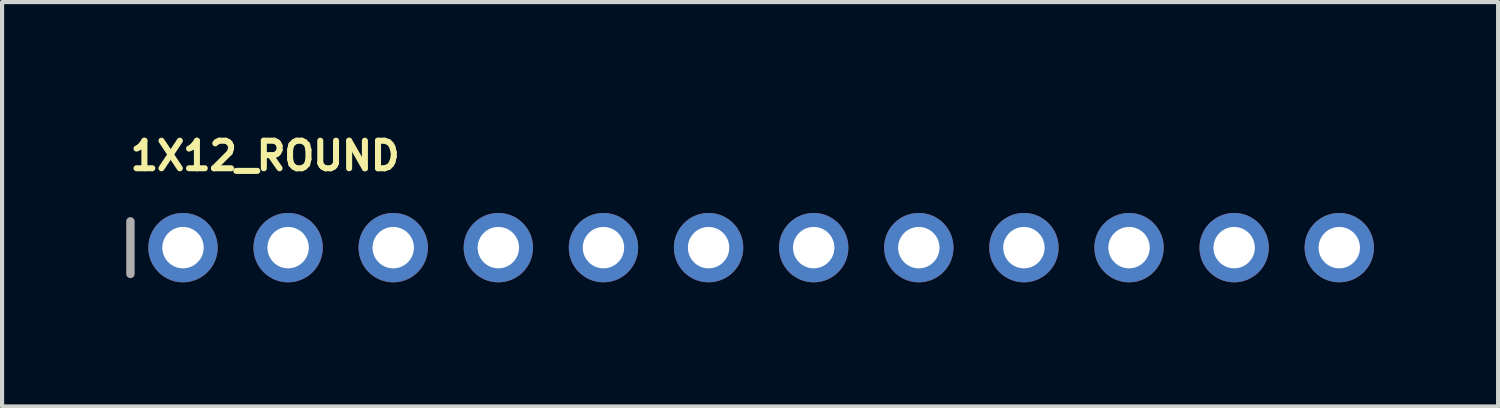
<source format=kicad_pcb>
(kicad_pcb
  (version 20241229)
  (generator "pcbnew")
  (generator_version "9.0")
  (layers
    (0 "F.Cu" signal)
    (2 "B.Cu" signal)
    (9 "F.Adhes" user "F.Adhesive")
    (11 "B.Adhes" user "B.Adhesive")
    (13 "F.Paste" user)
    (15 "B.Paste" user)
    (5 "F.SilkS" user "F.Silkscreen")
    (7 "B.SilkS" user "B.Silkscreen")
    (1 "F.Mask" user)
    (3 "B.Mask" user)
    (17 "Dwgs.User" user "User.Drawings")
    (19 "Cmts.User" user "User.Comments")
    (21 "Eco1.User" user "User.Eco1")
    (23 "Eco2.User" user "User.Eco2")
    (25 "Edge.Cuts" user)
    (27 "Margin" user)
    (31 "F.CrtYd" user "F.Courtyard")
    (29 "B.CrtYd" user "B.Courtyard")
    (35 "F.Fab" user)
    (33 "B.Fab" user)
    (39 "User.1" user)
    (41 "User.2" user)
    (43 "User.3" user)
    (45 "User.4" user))
  (footprint "1X12_ROUND"
    (layer "F.Cu")
    (at 15.342 2.934)
    (property "Reference" "1X12_ROUND" (at -15.316 -1.829 0) (layer "F.SilkS") (effects (font (size 0.666 0.666) (thickness 0.146)) (justify left bottom)))
    (fp_line (start -15.24 -0.635) (end -15.24 0.635) (stroke (width 0.203) (type solid)) (layer "F.Fab"))
    (fp_poly (pts (xy -14.224 0.254) (xy -13.716 0.254) (xy -13.716 -0.254) (xy -14.224 -0.254)) (stroke (width 0.1) (type solid)) (fill no) (layer "F.Fab"))
    (fp_poly (pts (xy -11.684 0.254) (xy -11.176 0.254) (xy -11.176 -0.254) (xy -11.684 -0.254)) (stroke (width 0.1) (type solid)) (fill no) (layer "F.Fab"))
    (fp_poly (pts (xy -9.144 0.254) (xy -8.636 0.254) (xy -8.636 -0.254) (xy -9.144 -0.254)) (stroke (width 0.1) (type solid)) (fill no) (layer "F.Fab"))
    (fp_poly (pts (xy -6.604 0.254) (xy -6.096 0.254) (xy -6.096 -0.254) (xy -6.604 -0.254)) (stroke (width 0.1) (type solid)) (fill no) (layer "F.Fab"))
    (fp_poly (pts (xy -4.064 0.254) (xy -3.556 0.254) (xy -3.556 -0.254) (xy -4.064 -0.254)) (stroke (width 0.1) (type solid)) (fill no) (layer "F.Fab"))
    (fp_poly (pts (xy -1.524 0.254) (xy -1.016 0.254) (xy -1.016 -0.254) (xy -1.524 -0.254)) (stroke (width 0.1) (type solid)) (fill no) (layer "F.Fab"))
    (fp_poly (pts (xy 1.016 0.254) (xy 1.524 0.254) (xy 1.524 -0.254) (xy 1.016 -0.254)) (stroke (width 0.1) (type solid)) (fill no) (layer "F.Fab"))
    (fp_poly (pts (xy 3.556 0.254) (xy 4.064 0.254) (xy 4.064 -0.254) (xy 3.556 -0.254)) (stroke (width 0.1) (type solid)) (fill no) (layer "F.Fab"))
    (fp_poly (pts (xy 6.096 0.254) (xy 6.604 0.254) (xy 6.604 -0.254) (xy 6.096 -0.254)) (stroke (width 0.1) (type solid)) (fill no) (layer "F.Fab"))
    (fp_poly (pts (xy 8.636 0.254) (xy 9.144 0.254) (xy 9.144 -0.254) (xy 8.636 -0.254)) (stroke (width 0.1) (type solid)) (fill no) (layer "F.Fab"))
    (fp_poly (pts (xy 11.176 0.254) (xy 11.684 0.254) (xy 11.684 -0.254) (xy 11.176 -0.254)) (stroke (width 0.1) (type solid)) (fill no) (layer "F.Fab"))
    (fp_poly (pts (xy 13.716 0.254) (xy 14.224 0.254) (xy 14.224 -0.254) (xy 13.716 -0.254)) (stroke (width 0.1) (type solid)) (fill no) (layer "F.Fab"))
    (pad "1" thru_hole circle (at -13.97 0 90) (size 1.676 1.676) (drill 1) (layers "*.Cu" "*.Mask"))
    (pad "2" thru_hole circle (at -11.43 0 90) (size 1.676 1.676) (drill 1) (layers "*.Cu" "*.Mask"))
    (pad "3" thru_hole circle (at -8.89 0 90) (size 1.676 1.676) (drill 1) (layers "*.Cu" "*.Mask"))
    (pad "4" thru_hole circle (at -6.35 0 90) (size 1.676 1.676) (drill 1) (layers "*.Cu" "*.Mask"))
    (pad "5" thru_hole circle (at -3.81 0 90) (size 1.676 1.676) (drill 1) (layers "*.Cu" "*.Mask"))
    (pad "6" thru_hole circle (at -1.27 0 90) (size 1.676 1.676) (drill 1) (layers "*.Cu" "*.Mask"))
    (pad "7" thru_hole circle (at 1.27 0 90) (size 1.676 1.676) (drill 1) (layers "*.Cu" "*.Mask"))
    (pad "8" thru_hole circle (at 3.81 0 90) (size 1.676 1.676) (drill 1) (layers "*.Cu" "*.Mask"))
    (pad "9" thru_hole circle (at 6.35 0 90) (size 1.676 1.676) (drill 1) (layers "*.Cu" "*.Mask"))
    (pad "10" thru_hole circle (at 8.89 0 90) (size 1.676 1.676) (drill 1) (layers "*.Cu" "*.Mask"))
    (pad "11" thru_hole circle (at 11.43 0 90) (size 1.676 1.676) (drill 1) (layers "*.Cu" "*.Mask"))
    (pad "12" thru_hole circle (at 13.97 0 90) (size 1.676 1.676) (drill 1) (layers "*.Cu" "*.Mask")))
  (gr_rect
    (start -3 -3)
    (end 33.15 6.772)
    (stroke (width 0.1) (type default))
    (fill no)
    (layer "Edge.Cuts")))
</source>
